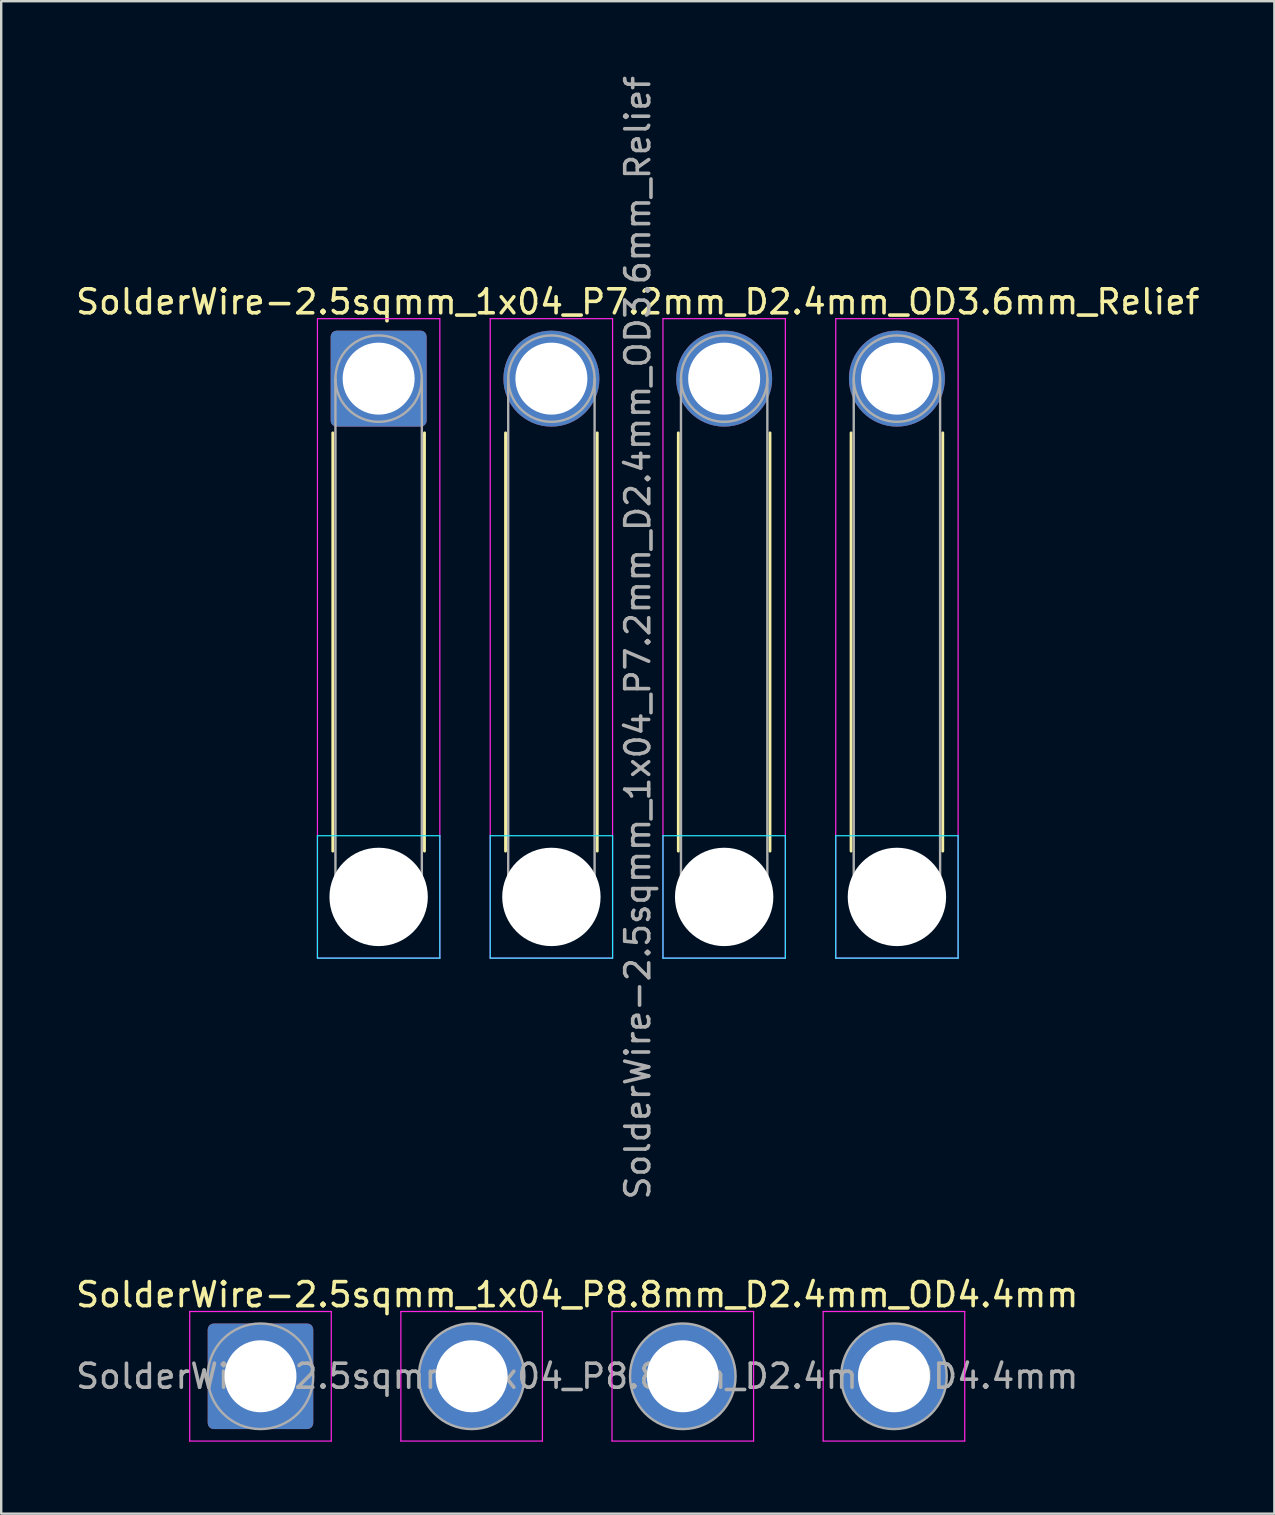
<source format=kicad_pcb>
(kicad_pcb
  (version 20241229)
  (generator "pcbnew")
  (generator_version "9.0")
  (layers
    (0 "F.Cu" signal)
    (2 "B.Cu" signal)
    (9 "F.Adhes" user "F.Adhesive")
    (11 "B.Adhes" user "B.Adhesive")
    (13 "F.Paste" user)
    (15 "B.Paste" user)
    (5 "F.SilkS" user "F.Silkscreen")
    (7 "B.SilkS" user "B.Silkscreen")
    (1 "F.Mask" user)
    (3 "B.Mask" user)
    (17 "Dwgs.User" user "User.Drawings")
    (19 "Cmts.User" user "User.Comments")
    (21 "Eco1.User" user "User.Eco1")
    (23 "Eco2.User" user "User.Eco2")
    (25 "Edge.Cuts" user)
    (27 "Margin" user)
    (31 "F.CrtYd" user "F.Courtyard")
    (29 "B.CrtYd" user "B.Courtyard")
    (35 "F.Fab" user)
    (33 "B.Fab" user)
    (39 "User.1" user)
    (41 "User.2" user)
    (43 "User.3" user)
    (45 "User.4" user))
  (footprint "SolderWire-2.5sqmm_1x04_P7.2mm_D2.4mm_OD3.6mm_Relief"
    (layer "F.Cu")
    (at 12.73 12.73)
    (property "Reference" "SolderWire-2.5sqmm_1x04_P7.2mm_D2.4mm_OD3.6mm_Relief" (at 10.8 -3.2 0) (layer "F.SilkS") (effects (font (size 1 1) (thickness 0.15))))
    (attr exclude_from_pos_files exclude_from_bom)
    (fp_line (start -1.91 2.26) (end -1.91 19.69) (stroke (width 0.12) (type solid)) (layer "F.SilkS"))
    (fp_line (start 1.91 2.26) (end 1.91 19.69) (stroke (width 0.12) (type solid)) (layer "F.SilkS"))
    (fp_line (start 5.29 2.26) (end 5.29 19.69) (stroke (width 0.12) (type solid)) (layer "F.SilkS"))
    (fp_line (start 9.11 2.26) (end 9.11 19.69) (stroke (width 0.12) (type solid)) (layer "F.SilkS"))
    (fp_line (start 12.49 2.26) (end 12.49 19.69) (stroke (width 0.12) (type solid)) (layer "F.SilkS"))
    (fp_line (start 16.31 2.26) (end 16.31 19.69) (stroke (width 0.12) (type solid)) (layer "F.SilkS"))
    (fp_line (start 19.69 2.26) (end 19.69 19.69) (stroke (width 0.12) (type solid)) (layer "F.SilkS"))
    (fp_line (start 23.51 2.26) (end 23.51 19.69) (stroke (width 0.12) (type solid)) (layer "F.SilkS"))
    (fp_line (start -2.55 19.05) (end -2.55 24.15) (stroke (width 0.05) (type solid)) (layer "B.CrtYd"))
    (fp_line (start -2.55 24.15) (end 2.55 24.15) (stroke (width 0.05) (type solid)) (layer "B.CrtYd"))
    (fp_line (start 2.55 19.05) (end -2.55 19.05) (stroke (width 0.05) (type solid)) (layer "B.CrtYd"))
    (fp_line (start 2.55 24.15) (end 2.55 19.05) (stroke (width 0.05) (type solid)) (layer "B.CrtYd"))
    (fp_line (start 4.65 19.05) (end 4.65 24.15) (stroke (width 0.05) (type solid)) (layer "B.CrtYd"))
    (fp_line (start 4.65 24.15) (end 9.75 24.15) (stroke (width 0.05) (type solid)) (layer "B.CrtYd"))
    (fp_line (start 9.75 19.05) (end 4.65 19.05) (stroke (width 0.05) (type solid)) (layer "B.CrtYd"))
    (fp_line (start 9.75 24.15) (end 9.75 19.05) (stroke (width 0.05) (type solid)) (layer "B.CrtYd"))
    (fp_line (start 11.85 19.05) (end 11.85 24.15) (stroke (width 0.05) (type solid)) (layer "B.CrtYd"))
    (fp_line (start 11.85 24.15) (end 16.95 24.15) (stroke (width 0.05) (type solid)) (layer "B.CrtYd"))
    (fp_line (start 16.95 19.05) (end 11.85 19.05) (stroke (width 0.05) (type solid)) (layer "B.CrtYd"))
    (fp_line (start 16.95 24.15) (end 16.95 19.05) (stroke (width 0.05) (type solid)) (layer "B.CrtYd"))
    (fp_line (start 19.05 19.05) (end 19.05 24.15) (stroke (width 0.05) (type solid)) (layer "B.CrtYd"))
    (fp_line (start 19.05 24.15) (end 24.15 24.15) (stroke (width 0.05) (type solid)) (layer "B.CrtYd"))
    (fp_line (start 24.15 19.05) (end 19.05 19.05) (stroke (width 0.05) (type solid)) (layer "B.CrtYd"))
    (fp_line (start 24.15 24.15) (end 24.15 19.05) (stroke (width 0.05) (type solid)) (layer "B.CrtYd"))
    (fp_line (start -2.55 -2.5) (end -2.55 24.15) (stroke (width 0.05) (type solid)) (layer "F.CrtYd"))
    (fp_line (start -2.55 24.15) (end 2.55 24.15) (stroke (width 0.05) (type solid)) (layer "F.CrtYd"))
    (fp_line (start 2.55 -2.5) (end -2.55 -2.5) (stroke (width 0.05) (type solid)) (layer "F.CrtYd"))
    (fp_line (start 2.55 24.15) (end 2.55 -2.5) (stroke (width 0.05) (type solid)) (layer "F.CrtYd"))
    (fp_line (start 4.65 -2.5) (end 4.65 24.15) (stroke (width 0.05) (type solid)) (layer "F.CrtYd"))
    (fp_line (start 4.65 24.15) (end 9.75 24.15) (stroke (width 0.05) (type solid)) (layer "F.CrtYd"))
    (fp_line (start 9.75 -2.5) (end 4.65 -2.5) (stroke (width 0.05) (type solid)) (layer "F.CrtYd"))
    (fp_line (start 9.75 24.15) (end 9.75 -2.5) (stroke (width 0.05) (type solid)) (layer "F.CrtYd"))
    (fp_line (start 11.85 -2.5) (end 11.85 24.15) (stroke (width 0.05) (type solid)) (layer "F.CrtYd"))
    (fp_line (start 11.85 24.15) (end 16.95 24.15) (stroke (width 0.05) (type solid)) (layer "F.CrtYd"))
    (fp_line (start 16.95 -2.5) (end 11.85 -2.5) (stroke (width 0.05) (type solid)) (layer "F.CrtYd"))
    (fp_line (start 16.95 24.15) (end 16.95 -2.5) (stroke (width 0.05) (type solid)) (layer "F.CrtYd"))
    (fp_line (start 19.05 -2.5) (end 19.05 24.15) (stroke (width 0.05) (type solid)) (layer "F.CrtYd"))
    (fp_line (start 19.05 24.15) (end 24.15 24.15) (stroke (width 0.05) (type solid)) (layer "F.CrtYd"))
    (fp_line (start 24.15 -2.5) (end 19.05 -2.5) (stroke (width 0.05) (type solid)) (layer "F.CrtYd"))
    (fp_line (start 24.15 24.15) (end 24.15 -2.5) (stroke (width 0.05) (type solid)) (layer "F.CrtYd"))
    (fp_line (start -1.8 0) (end -1.8 21.6) (stroke (width 0.1) (type solid)) (layer "F.Fab"))
    (fp_line (start 1.8 0) (end 1.8 21.6) (stroke (width 0.1) (type solid)) (layer "F.Fab"))
    (fp_line (start 5.4 0) (end 5.4 21.6) (stroke (width 0.1) (type solid)) (layer "F.Fab"))
    (fp_line (start 9 0) (end 9 21.6) (stroke (width 0.1) (type solid)) (layer "F.Fab"))
    (fp_line (start 12.6 0) (end 12.6 21.6) (stroke (width 0.1) (type solid)) (layer "F.Fab"))
    (fp_line (start 16.2 0) (end 16.2 21.6) (stroke (width 0.1) (type solid)) (layer "F.Fab"))
    (fp_line (start 19.8 0) (end 19.8 21.6) (stroke (width 0.1) (type solid)) (layer "F.Fab"))
    (fp_line (start 23.4 0) (end 23.4 21.6) (stroke (width 0.1) (type solid)) (layer "F.Fab"))
    (fp_circle (center 0 0) (end 1.8 0) (stroke (width 0.1) (type solid)) (fill no) (layer "F.Fab"))
    (fp_circle (center 0 21.6) (end 1.8 21.6) (stroke (width 0.1) (type solid)) (fill no) (layer "F.Fab"))
    (fp_circle (center 7.2 0) (end 9 0) (stroke (width 0.1) (type solid)) (fill no) (layer "F.Fab"))
    (fp_circle (center 7.2 21.6) (end 9 21.6) (stroke (width 0.1) (type solid)) (fill no) (layer "F.Fab"))
    (fp_circle (center 14.4 0) (end 16.2 0) (stroke (width 0.1) (type solid)) (fill no) (layer "F.Fab"))
    (fp_circle (center 14.4 21.6) (end 16.2 21.6) (stroke (width 0.1) (type solid)) (fill no) (layer "F.Fab"))
    (fp_circle (center 21.6 0) (end 23.4 0) (stroke (width 0.1) (type solid)) (fill no) (layer "F.Fab"))
    (fp_circle (center 21.6 21.6) (end 23.4 21.6) (stroke (width 0.1) (type solid)) (fill no) (layer "F.Fab"))
    (fp_text user "${REFERENCE}" (at 10.8 10.8 90) (layer "F.Fab") (effects (font (size 1 1) (thickness 0.15))))
    (pad "" np_thru_hole circle (at 0 21.6) (size 4.1 4.1) (drill 4.1) (layers "*.Cu" "*.Mask"))
    (pad "" np_thru_hole circle (at 7.2 21.6) (size 4.1 4.1) (drill 4.1) (layers "*.Cu" "*.Mask"))
    (pad "" np_thru_hole circle (at 14.4 21.6) (size 4.1 4.1) (drill 4.1) (layers "*.Cu" "*.Mask"))
    (pad "" np_thru_hole circle (at 21.6 21.6) (size 4.1 4.1) (drill 4.1) (layers "*.Cu" "*.Mask"))
    (pad "1" thru_hole roundrect (at 0 0) (size 4 4) (drill 3) (layers "*.Cu" "*.Mask") (roundrect_rratio 0.062))
    (pad "2" thru_hole circle (at 7.2 0) (size 4 4) (drill 3) (layers "*.Cu" "*.Mask"))
    (pad "3" thru_hole circle (at 14.4 0) (size 4 4) (drill 3) (layers "*.Cu" "*.Mask"))
    (pad "4" thru_hole circle (at 21.6 0) (size 4 4) (drill 3) (layers "*.Cu" "*.Mask")))
  (footprint "SolderWire-2.5sqmm_1x04_P8.8mm_D2.4mm_OD4.4mm"
    (layer "F.Cu")
    (at 7.806 54.308)
    (property "Reference" "SolderWire-2.5sqmm_1x04_P8.8mm_D2.4mm_OD4.4mm" (at 13.2 -3.4 0) (layer "F.SilkS") (effects (font (size 1 1) (thickness 0.15))))
    (attr exclude_from_pos_files exclude_from_bom)
    (fp_line (start -2.95 -2.7) (end -2.95 2.7) (stroke (width 0.05) (type solid)) (layer "F.CrtYd"))
    (fp_line (start -2.95 2.7) (end 2.95 2.7) (stroke (width 0.05) (type solid)) (layer "F.CrtYd"))
    (fp_line (start 2.95 -2.7) (end -2.95 -2.7) (stroke (width 0.05) (type solid)) (layer "F.CrtYd"))
    (fp_line (start 2.95 2.7) (end 2.95 -2.7) (stroke (width 0.05) (type solid)) (layer "F.CrtYd"))
    (fp_line (start 5.85 -2.7) (end 5.85 2.7) (stroke (width 0.05) (type solid)) (layer "F.CrtYd"))
    (fp_line (start 5.85 2.7) (end 11.75 2.7) (stroke (width 0.05) (type solid)) (layer "F.CrtYd"))
    (fp_line (start 11.75 -2.7) (end 5.85 -2.7) (stroke (width 0.05) (type solid)) (layer "F.CrtYd"))
    (fp_line (start 11.75 2.7) (end 11.75 -2.7) (stroke (width 0.05) (type solid)) (layer "F.CrtYd"))
    (fp_line (start 14.65 -2.7) (end 14.65 2.7) (stroke (width 0.05) (type solid)) (layer "F.CrtYd"))
    (fp_line (start 14.65 2.7) (end 20.55 2.7) (stroke (width 0.05) (type solid)) (layer "F.CrtYd"))
    (fp_line (start 20.55 -2.7) (end 14.65 -2.7) (stroke (width 0.05) (type solid)) (layer "F.CrtYd"))
    (fp_line (start 20.55 2.7) (end 20.55 -2.7) (stroke (width 0.05) (type solid)) (layer "F.CrtYd"))
    (fp_line (start 23.45 -2.7) (end 23.45 2.7) (stroke (width 0.05) (type solid)) (layer "F.CrtYd"))
    (fp_line (start 23.45 2.7) (end 29.35 2.7) (stroke (width 0.05) (type solid)) (layer "F.CrtYd"))
    (fp_line (start 29.35 -2.7) (end 23.45 -2.7) (stroke (width 0.05) (type solid)) (layer "F.CrtYd"))
    (fp_line (start 29.35 2.7) (end 29.35 -2.7) (stroke (width 0.05) (type solid)) (layer "F.CrtYd"))
    (fp_circle (center 0 0) (end 2.2 0) (stroke (width 0.1) (type solid)) (fill no) (layer "F.Fab"))
    (fp_circle (center 8.8 0) (end 11 0) (stroke (width 0.1) (type solid)) (fill no) (layer "F.Fab"))
    (fp_circle (center 17.6 0) (end 19.8 0) (stroke (width 0.1) (type solid)) (fill no) (layer "F.Fab"))
    (fp_circle (center 26.4 0) (end 28.6 0) (stroke (width 0.1) (type solid)) (fill no) (layer "F.Fab"))
    (fp_text user "${REFERENCE}" (at 13.2 0 0) (layer "F.Fab") (effects (font (size 1 1) (thickness 0.15))))
    (pad "1" thru_hole roundrect (at 0 0) (size 4.4 4.4) (drill 3) (layers "*.Cu" "*.Mask") (roundrect_rratio 0.057))
    (pad "2" thru_hole circle (at 8.8 0) (size 4.4 4.4) (drill 3) (layers "*.Cu" "*.Mask"))
    (pad "3" thru_hole circle (at 17.6 0) (size 4.4 4.4) (drill 3) (layers "*.Cu" "*.Mask"))
    (pad "4" thru_hole circle (at 26.4 0) (size 4.4 4.4) (drill 3) (layers "*.Cu" "*.Mask")))
  (gr_rect
    (start -3 -3)
    (end 50.06 60.033)
    (stroke (width 0.1) (type default))
    (fill no)
    (layer "Edge.Cuts")))
</source>
